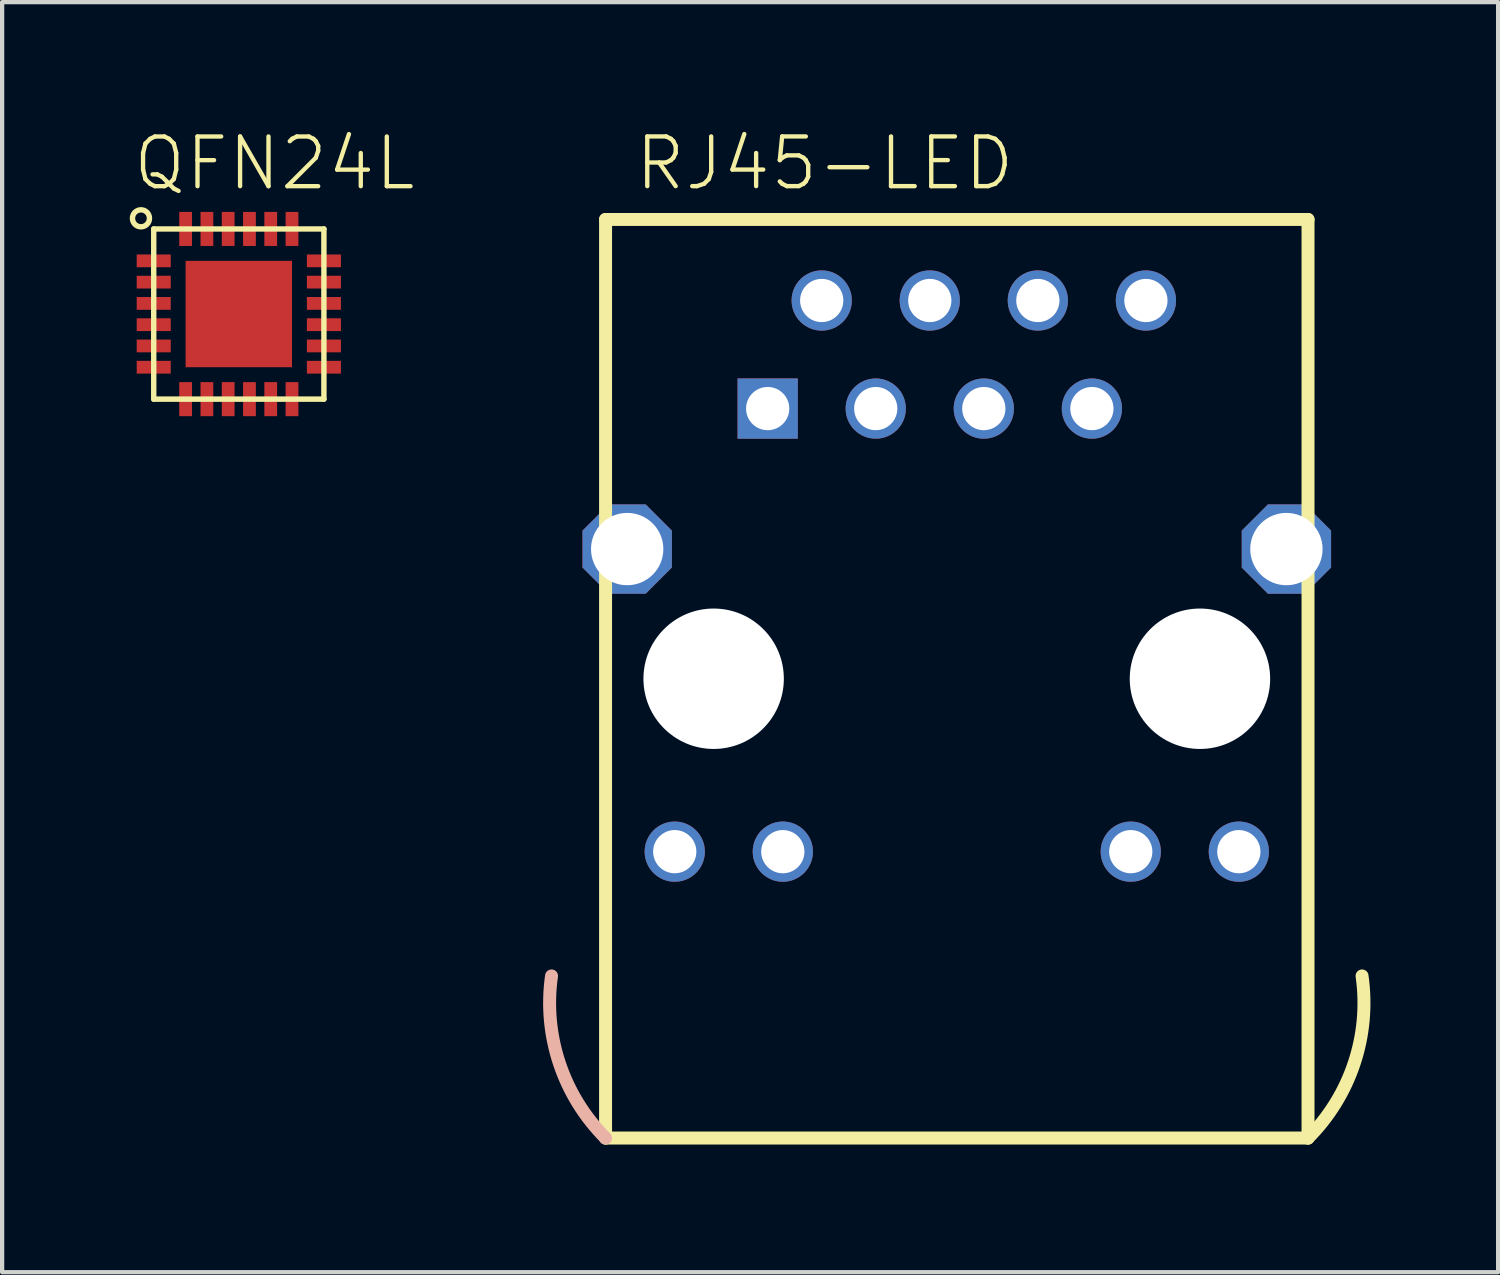
<source format=kicad_pcb>
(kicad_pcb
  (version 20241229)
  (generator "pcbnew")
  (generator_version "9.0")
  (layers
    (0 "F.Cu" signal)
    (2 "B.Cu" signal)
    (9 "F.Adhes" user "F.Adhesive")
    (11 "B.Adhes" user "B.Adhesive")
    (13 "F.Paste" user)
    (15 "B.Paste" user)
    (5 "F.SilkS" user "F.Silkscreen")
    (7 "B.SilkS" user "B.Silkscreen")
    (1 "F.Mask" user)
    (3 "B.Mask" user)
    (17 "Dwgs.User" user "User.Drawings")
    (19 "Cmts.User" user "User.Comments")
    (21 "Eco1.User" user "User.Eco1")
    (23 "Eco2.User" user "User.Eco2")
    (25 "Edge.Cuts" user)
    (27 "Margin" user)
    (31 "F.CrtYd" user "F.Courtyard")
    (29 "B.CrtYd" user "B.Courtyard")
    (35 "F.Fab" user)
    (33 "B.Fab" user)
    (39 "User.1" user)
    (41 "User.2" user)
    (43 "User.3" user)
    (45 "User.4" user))
  (footprint "QFN24L"
    (layer "F.Cu")
    (at 2.563 4.331)
    (property "Reference" "QFN24L" (at -2.54 -2.857 0) (unlocked yes) (layer "F.SilkS") (effects (font (size 1.168 1.168) (thickness 0.102)) (justify left bottom)))
    (fp_poly (pts (xy -2.425 -1.075) (xy -1.575 -1.075) (xy -1.575 -1.425) (xy -2.425 -1.425)) (stroke (width 0) (type default)) (fill yes) (layer "F.Mask"))
    (fp_poly (pts (xy -2.425 -0.575) (xy -1.575 -0.575) (xy -1.575 -0.925) (xy -2.425 -0.925)) (stroke (width 0) (type default)) (fill yes) (layer "F.Mask"))
    (fp_poly (pts (xy -2.425 -0.075) (xy -1.575 -0.075) (xy -1.575 -0.425) (xy -2.425 -0.425)) (stroke (width 0) (type default)) (fill yes) (layer "F.Mask"))
    (fp_poly (pts (xy -2.425 0.425) (xy -1.575 0.425) (xy -1.575 0.075) (xy -2.425 0.075)) (stroke (width 0) (type default)) (fill yes) (layer "F.Mask"))
    (fp_poly (pts (xy -2.425 0.925) (xy -1.575 0.925) (xy -1.575 0.575) (xy -2.425 0.575)) (stroke (width 0) (type default)) (fill yes) (layer "F.Mask"))
    (fp_poly (pts (xy -2.425 1.425) (xy -1.575 1.425) (xy -1.575 1.075) (xy -2.425 1.075)) (stroke (width 0) (type default)) (fill yes) (layer "F.Mask"))
    (fp_poly (pts (xy -1.425 -2.425) (xy -1.425 -1.575) (xy -1.075 -1.575) (xy -1.075 -2.425)) (stroke (width 0) (type default)) (fill yes) (layer "F.Mask"))
    (fp_poly (pts (xy -1.3 1.3) (xy 1.3 1.3) (xy 1.3 -1.3) (xy -1.3 -1.3)) (stroke (width 0) (type default)) (fill yes) (layer "F.Mask"))
    (fp_poly (pts (xy -1.075 2.425) (xy -1.075 1.575) (xy -1.425 1.575) (xy -1.425 2.425)) (stroke (width 0) (type default)) (fill yes) (layer "F.Mask"))
    (fp_poly (pts (xy -0.925 -2.425) (xy -0.925 -1.575) (xy -0.575 -1.575) (xy -0.575 -2.425)) (stroke (width 0) (type default)) (fill yes) (layer "F.Mask"))
    (fp_poly (pts (xy -0.575 2.425) (xy -0.575 1.575) (xy -0.925 1.575) (xy -0.925 2.425)) (stroke (width 0) (type default)) (fill yes) (layer "F.Mask"))
    (fp_poly (pts (xy -0.425 -2.425) (xy -0.425 -1.575) (xy -0.075 -1.575) (xy -0.075 -2.425)) (stroke (width 0) (type default)) (fill yes) (layer "F.Mask"))
    (fp_poly (pts (xy -0.075 2.425) (xy -0.075 1.575) (xy -0.425 1.575) (xy -0.425 2.425)) (stroke (width 0) (type default)) (fill yes) (layer "F.Mask"))
    (fp_poly (pts (xy 0.075 -2.425) (xy 0.075 -1.575) (xy 0.425 -1.575) (xy 0.425 -2.425)) (stroke (width 0) (type default)) (fill yes) (layer "F.Mask"))
    (fp_poly (pts (xy 0.425 2.425) (xy 0.425 1.575) (xy 0.075 1.575) (xy 0.075 2.425)) (stroke (width 0) (type default)) (fill yes) (layer "F.Mask"))
    (fp_poly (pts (xy 0.575 -2.425) (xy 0.575 -1.575) (xy 0.925 -1.575) (xy 0.925 -2.425)) (stroke (width 0) (type default)) (fill yes) (layer "F.Mask"))
    (fp_poly (pts (xy 0.925 2.425) (xy 0.925 1.575) (xy 0.575 1.575) (xy 0.575 2.425)) (stroke (width 0) (type default)) (fill yes) (layer "F.Mask"))
    (fp_poly (pts (xy 1.075 -2.425) (xy 1.075 -1.575) (xy 1.425 -1.575) (xy 1.425 -2.425)) (stroke (width 0) (type default)) (fill yes) (layer "F.Mask"))
    (fp_poly (pts (xy 1.425 2.425) (xy 1.425 1.575) (xy 1.075 1.575) (xy 1.075 2.425)) (stroke (width 0) (type default)) (fill yes) (layer "F.Mask"))
    (fp_poly (pts (xy 2.425 -1.425) (xy 1.575 -1.425) (xy 1.575 -1.075) (xy 2.425 -1.075)) (stroke (width 0) (type default)) (fill yes) (layer "F.Mask"))
    (fp_poly (pts (xy 2.425 -0.925) (xy 1.575 -0.925) (xy 1.575 -0.575) (xy 2.425 -0.575)) (stroke (width 0) (type default)) (fill yes) (layer "F.Mask"))
    (fp_poly (pts (xy 2.425 -0.425) (xy 1.575 -0.425) (xy 1.575 -0.075) (xy 2.425 -0.075)) (stroke (width 0) (type default)) (fill yes) (layer "F.Mask"))
    (fp_poly (pts (xy 2.425 0.075) (xy 1.575 0.075) (xy 1.575 0.425) (xy 2.425 0.425)) (stroke (width 0) (type default)) (fill yes) (layer "F.Mask"))
    (fp_poly (pts (xy 2.425 0.575) (xy 1.575 0.575) (xy 1.575 0.925) (xy 2.425 0.925)) (stroke (width 0) (type default)) (fill yes) (layer "F.Mask"))
    (fp_poly (pts (xy 2.425 1.075) (xy 1.575 1.075) (xy 1.575 1.425) (xy 2.425 1.425)) (stroke (width 0) (type default)) (fill yes) (layer "F.Mask"))
    (fp_line (start -2 -2) (end 2 -2) (stroke (width 0.127) (type solid)) (layer "F.SilkS"))
    (fp_line (start -2 2) (end -2 -2) (stroke (width 0.127) (type solid)) (layer "F.SilkS"))
    (fp_line (start 2 -2) (end 2 2) (stroke (width 0.127) (type solid)) (layer "F.SilkS"))
    (fp_line (start 2 2) (end -2 2) (stroke (width 0.127) (type solid)) (layer "F.SilkS"))
    (fp_circle (center -2.3 -2.25) (end -2.1 -2.25) (stroke (width 0.127) (type solid)) (fill no) (layer "F.SilkS"))
    (fp_poly (pts (xy -1.625 -1.125) (xy -1.625 -1.375) (xy -2.375 -1.375) (xy -2.375 -1.125)) (stroke (width 0) (type default)) (fill yes) (layer "F.Paste"))
    (fp_poly (pts (xy -1.625 -0.625) (xy -1.625 -0.875) (xy -2.375 -0.875) (xy -2.375 -0.625)) (stroke (width 0) (type default)) (fill yes) (layer "F.Paste"))
    (fp_poly (pts (xy -1.625 -0.125) (xy -1.625 -0.375) (xy -2.375 -0.375) (xy -2.375 -0.125)) (stroke (width 0) (type default)) (fill yes) (layer "F.Paste"))
    (fp_poly (pts (xy -1.625 0.375) (xy -1.625 0.125) (xy -2.375 0.125) (xy -2.375 0.375)) (stroke (width 0) (type default)) (fill yes) (layer "F.Paste"))
    (fp_poly (pts (xy -1.625 0.875) (xy -1.625 0.625) (xy -2.375 0.625) (xy -2.375 0.875)) (stroke (width 0) (type default)) (fill yes) (layer "F.Paste"))
    (fp_poly (pts (xy -1.625 1.375) (xy -1.625 1.125) (xy -2.375 1.125) (xy -2.375 1.375)) (stroke (width 0) (type default)) (fill yes) (layer "F.Paste"))
    (fp_poly (pts (xy -1.375 -1.625) (xy -1.125 -1.625) (xy -1.125 -2.375) (xy -1.375 -2.375)) (stroke (width 0) (type default)) (fill yes) (layer "F.Paste"))
    (fp_poly (pts (xy -1.2 -0.1) (xy -0.1 -0.1) (xy -0.1 -1.2) (xy -1.2 -1.2)) (stroke (width 0) (type default)) (fill yes) (layer "F.Paste"))
    (fp_poly (pts (xy -1.2 1.2) (xy -0.1 1.2) (xy -0.1 0.1) (xy -1.2 0.1)) (stroke (width 0) (type default)) (fill yes) (layer "F.Paste"))
    (fp_poly (pts (xy -1.125 1.625) (xy -1.375 1.625) (xy -1.375 2.375) (xy -1.125 2.375)) (stroke (width 0) (type default)) (fill yes) (layer "F.Paste"))
    (fp_poly (pts (xy -0.875 -1.625) (xy -0.625 -1.625) (xy -0.625 -2.375) (xy -0.875 -2.375)) (stroke (width 0) (type default)) (fill yes) (layer "F.Paste"))
    (fp_poly (pts (xy -0.625 1.625) (xy -0.875 1.625) (xy -0.875 2.375) (xy -0.625 2.375)) (stroke (width 0) (type default)) (fill yes) (layer "F.Paste"))
    (fp_poly (pts (xy -0.375 -1.625) (xy -0.125 -1.625) (xy -0.125 -2.375) (xy -0.375 -2.375)) (stroke (width 0) (type default)) (fill yes) (layer "F.Paste"))
    (fp_poly (pts (xy -0.125 1.625) (xy -0.375 1.625) (xy -0.375 2.375) (xy -0.125 2.375)) (stroke (width 0) (type default)) (fill yes) (layer "F.Paste"))
    (fp_poly (pts (xy 0.1 -0.1) (xy 1.2 -0.1) (xy 1.2 -1.2) (xy 0.1 -1.2)) (stroke (width 0) (type default)) (fill yes) (layer "F.Paste"))
    (fp_poly (pts (xy 0.1 1.2) (xy 1.2 1.2) (xy 1.2 0.1) (xy 0.1 0.1)) (stroke (width 0) (type default)) (fill yes) (layer "F.Paste"))
    (fp_poly (pts (xy 0.125 -1.625) (xy 0.375 -1.625) (xy 0.375 -2.375) (xy 0.125 -2.375)) (stroke (width 0) (type default)) (fill yes) (layer "F.Paste"))
    (fp_poly (pts (xy 0.375 1.625) (xy 0.125 1.625) (xy 0.125 2.375) (xy 0.375 2.375)) (stroke (width 0) (type default)) (fill yes) (layer "F.Paste"))
    (fp_poly (pts (xy 0.625 -1.625) (xy 0.875 -1.625) (xy 0.875 -2.375) (xy 0.625 -2.375)) (stroke (width 0) (type default)) (fill yes) (layer "F.Paste"))
    (fp_poly (pts (xy 0.875 1.625) (xy 0.625 1.625) (xy 0.625 2.375) (xy 0.875 2.375)) (stroke (width 0) (type default)) (fill yes) (layer "F.Paste"))
    (fp_poly (pts (xy 1.125 -1.625) (xy 1.375 -1.625) (xy 1.375 -2.375) (xy 1.125 -2.375)) (stroke (width 0) (type default)) (fill yes) (layer "F.Paste"))
    (fp_poly (pts (xy 1.375 1.625) (xy 1.125 1.625) (xy 1.125 2.375) (xy 1.375 2.375)) (stroke (width 0) (type default)) (fill yes) (layer "F.Paste"))
    (fp_poly (pts (xy 1.625 -1.375) (xy 1.625 -1.125) (xy 2.375 -1.125) (xy 2.375 -1.375)) (stroke (width 0) (type default)) (fill yes) (layer "F.Paste"))
    (fp_poly (pts (xy 1.625 -0.875) (xy 1.625 -0.625) (xy 2.375 -0.625) (xy 2.375 -0.875)) (stroke (width 0) (type default)) (fill yes) (layer "F.Paste"))
    (fp_poly (pts (xy 1.625 -0.375) (xy 1.625 -0.125) (xy 2.375 -0.125) (xy 2.375 -0.375)) (stroke (width 0) (type default)) (fill yes) (layer "F.Paste"))
    (fp_poly (pts (xy 1.625 0.125) (xy 1.625 0.375) (xy 2.375 0.375) (xy 2.375 0.125)) (stroke (width 0) (type default)) (fill yes) (layer "F.Paste"))
    (fp_poly (pts (xy 1.625 0.625) (xy 1.625 0.875) (xy 2.375 0.875) (xy 2.375 0.625)) (stroke (width 0) (type default)) (fill yes) (layer "F.Paste"))
    (fp_poly (pts (xy 1.625 1.125) (xy 1.625 1.375) (xy 2.375 1.375) (xy 2.375 1.125)) (stroke (width 0) (type default)) (fill yes) (layer "F.Paste"))
    (pad "1" smd rect (at -2 -1.25) (size 0.8 0.3) (layers "F.Cu"))
    (pad "2" smd rect (at -2 -0.75) (size 0.8 0.3) (layers "F.Cu"))
    (pad "3" smd rect (at -2 -0.25) (size 0.8 0.3) (layers "F.Cu"))
    (pad "4" smd rect (at -2 0.25) (size 0.8 0.3) (layers "F.Cu"))
    (pad "5" smd rect (at -2 0.75) (size 0.8 0.3) (layers "F.Cu"))
    (pad "6" smd rect (at -2 1.25) (size 0.8 0.3) (layers "F.Cu"))
    (pad "7" smd rect (at -1.25 2 90) (size 0.8 0.3) (layers "F.Cu"))
    (pad "8" smd rect (at -0.75 2 90) (size 0.8 0.3) (layers "F.Cu"))
    (pad "9" smd rect (at -0.25 2 90) (size 0.8 0.3) (layers "F.Cu"))
    (pad "10" smd rect (at 0.25 2 90) (size 0.8 0.3) (layers "F.Cu"))
    (pad "11" smd rect (at 0.75 2 90) (size 0.8 0.3) (layers "F.Cu"))
    (pad "12" smd rect (at 1.25 2 90) (size 0.8 0.3) (layers "F.Cu"))
    (pad "13" smd rect (at 2 1.25 180) (size 0.8 0.3) (layers "F.Cu"))
    (pad "14" smd rect (at 2 0.75 180) (size 0.8 0.3) (layers "F.Cu"))
    (pad "15" smd rect (at 2 0.25 180) (size 0.8 0.3) (layers "F.Cu"))
    (pad "16" smd rect (at 2 -0.25 180) (size 0.8 0.3) (layers "F.Cu"))
    (pad "17" smd rect (at 2 -0.75 180) (size 0.8 0.3) (layers "F.Cu"))
    (pad "18" smd rect (at 2 -1.25 180) (size 0.8 0.3) (layers "F.Cu"))
    (pad "19" smd rect (at 1.25 -2 270) (size 0.8 0.3) (layers "F.Cu"))
    (pad "20" smd rect (at 0.75 -2 270) (size 0.8 0.3) (layers "F.Cu"))
    (pad "21" smd rect (at 0.25 -2 270) (size 0.8 0.3) (layers "F.Cu"))
    (pad "22" smd rect (at -0.25 -2 270) (size 0.8 0.3) (layers "F.Cu"))
    (pad "23" smd rect (at -0.75 -2 270) (size 0.8 0.3) (layers "F.Cu"))
    (pad "24" smd rect (at -1.25 -2 270) (size 0.8 0.3) (layers "F.Cu"))
    (pad "PAD" smd rect (at 0 0) (size 2.5 2.5) (layers "F.Cu")))
  (footprint "RJ45-LED"
    (layer "F.Cu")
    (at 19.438 12.903)
    (property "Reference" "RJ45-LED" (at -7.62 -11.43 0) (unlocked yes) (layer "F.SilkS") (effects (font (size 1.168 1.168) (thickness 0.102)) (justify left bottom)))
    (fp_line (start -8.255 -10.795) (end 8.255 -10.795) (stroke (width 0.305) (type solid)) (layer "F.SilkS"))
    (fp_line (start -8.255 10.795) (end -8.255 -10.795) (stroke (width 0.305) (type solid)) (layer "F.SilkS"))
    (fp_line (start 8.255 -10.795) (end 8.255 10.795) (stroke (width 0.305) (type solid)) (layer "F.SilkS"))
    (fp_line (start 8.255 10.795) (end -8.255 10.795) (stroke (width 0.305) (type solid)) (layer "F.SilkS"))
    (fp_arc (start 9.525 6.984999) (mid 9.339709 9.039903) (end 8.255 10.795) (stroke (width 0.3048) (type solid)) (layer "F.SilkS"))
    (fp_arc (start -8.255 10.795) (mid -9.33971 9.039903) (end -9.525 6.984999) (stroke (width 0.3048) (type solid)) (layer "B.SilkS"))
    (pad "" np_thru_hole circle (at -5.715 0) (size 3.3 3.3) (drill 3.3) (layers "*.Cu" "*.Mask"))
    (pad "" np_thru_hole circle (at 5.715 0) (size 3.3 3.3) (drill 3.3) (layers "*.Cu" "*.Mask"))
    (pad "1" thru_hole rect (at -4.445 -6.35 90) (size 1.416 1.416) (drill 1.016) (layers "*.Cu" "*.Mask"))
    (pad "2" thru_hole circle (at -3.175 -8.89 90) (size 1.416 1.416) (drill 1.016) (layers "*.Cu" "*.Mask"))
    (pad "3" thru_hole circle (at -1.905 -6.35 90) (size 1.416 1.416) (drill 1.016) (layers "*.Cu" "*.Mask"))
    (pad "4" thru_hole circle (at -0.635 -8.89 90) (size 1.416 1.416) (drill 1.016) (layers "*.Cu" "*.Mask"))
    (pad "5" thru_hole circle (at 0.635 -6.35 90) (size 1.416 1.416) (drill 1.016) (layers "*.Cu" "*.Mask"))
    (pad "6" thru_hole circle (at 1.905 -8.89 90) (size 1.416 1.416) (drill 1.016) (layers "*.Cu" "*.Mask"))
    (pad "7" thru_hole circle (at 3.175 -6.35 90) (size 1.416 1.416) (drill 1.016) (layers "*.Cu" "*.Mask"))
    (pad "8" thru_hole circle (at 4.445 -8.89 90) (size 1.416 1.416) (drill 1.016) (layers "*.Cu" "*.Mask"))
    (pad "9" thru_hole roundrect (at -7.747 -3.048 90) (size 2.1 2.1) (drill 1.7) (layers "*.Cu" "*.Mask") (roundrect_rratio 0.25) (chamfer_ratio 0.293) (chamfer top_left top_right bottom_left bottom_right))
    (pad "10" thru_hole roundrect (at 7.747 -3.048 90) (size 2.1 2.1) (drill 1.7) (layers "*.Cu" "*.Mask") (roundrect_rratio 0.25) (chamfer_ratio 0.293) (chamfer top_left top_right bottom_left bottom_right))
    (pad "11" thru_hole circle (at -6.629 4.064) (size 1.416 1.416) (drill 1.016) (layers "*.Cu" "*.Mask"))
    (pad "12" thru_hole circle (at -4.089 4.064) (size 1.416 1.416) (drill 1.016) (layers "*.Cu" "*.Mask"))
    (pad "13" thru_hole circle (at 4.089 4.064) (size 1.416 1.416) (drill 1.016) (layers "*.Cu" "*.Mask"))
    (pad "14" thru_hole circle (at 6.629 4.064) (size 1.416 1.416) (drill 1.016) (layers "*.Cu" "*.Mask")))
  (gr_rect
    (start -3 -3)
    (end 32.161 26.851)
    (stroke (width 0.1) (type default))
    (fill no)
    (layer "Edge.Cuts")))
</source>
